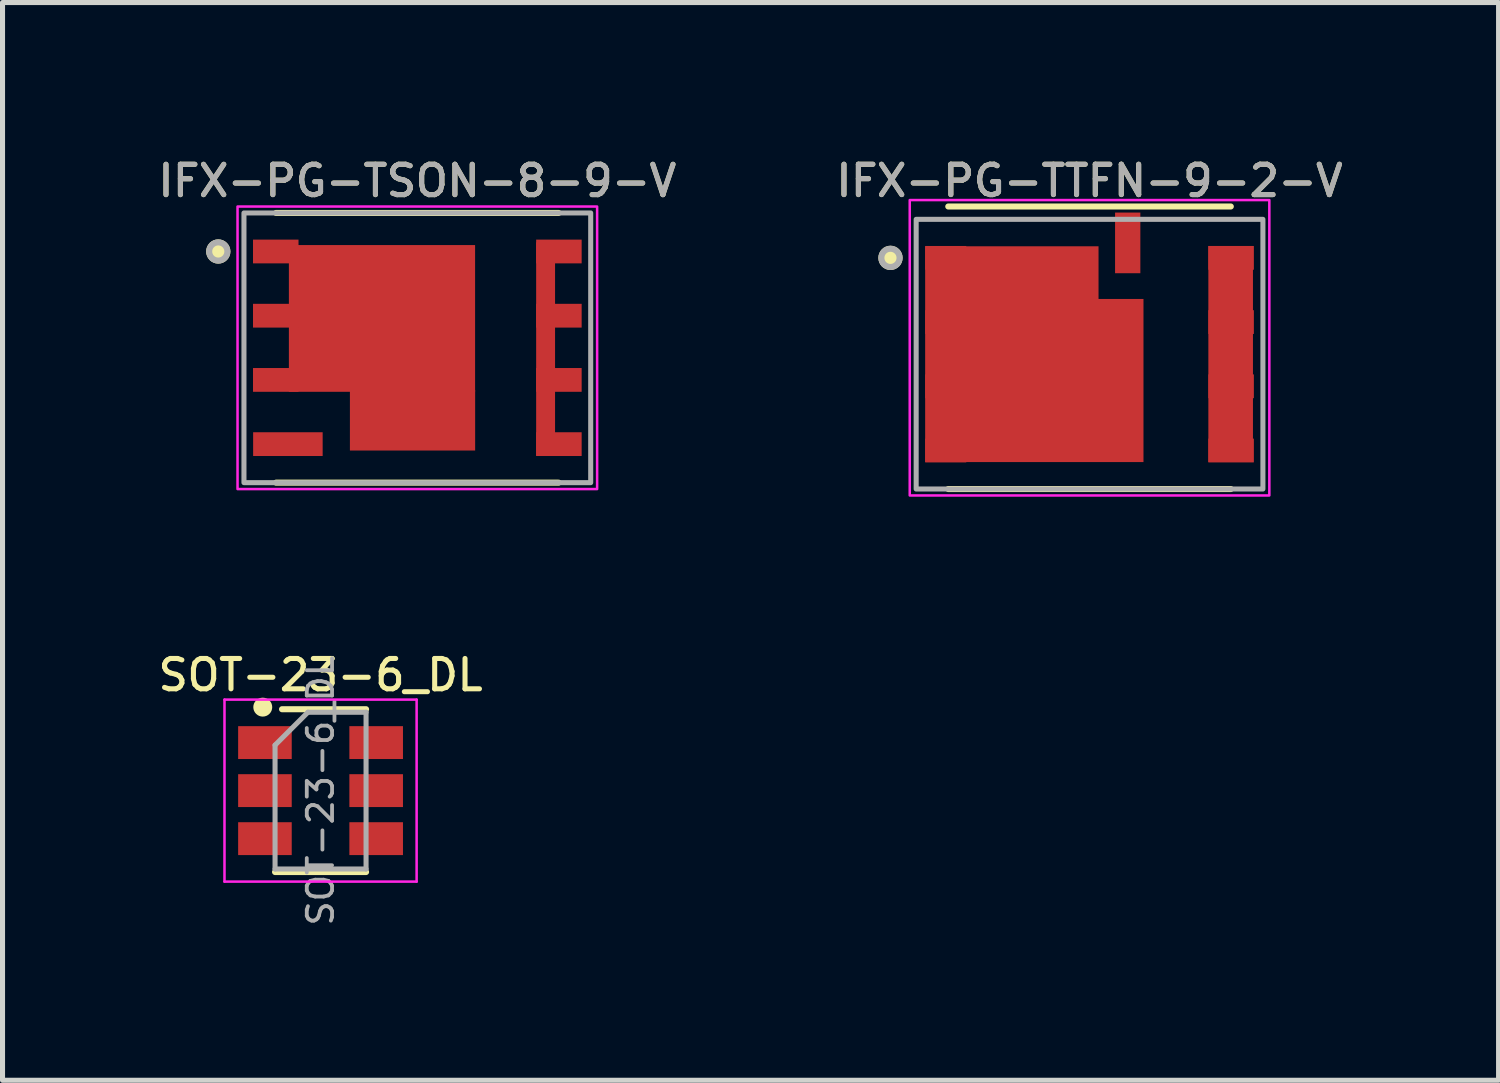
<source format=kicad_pcb>
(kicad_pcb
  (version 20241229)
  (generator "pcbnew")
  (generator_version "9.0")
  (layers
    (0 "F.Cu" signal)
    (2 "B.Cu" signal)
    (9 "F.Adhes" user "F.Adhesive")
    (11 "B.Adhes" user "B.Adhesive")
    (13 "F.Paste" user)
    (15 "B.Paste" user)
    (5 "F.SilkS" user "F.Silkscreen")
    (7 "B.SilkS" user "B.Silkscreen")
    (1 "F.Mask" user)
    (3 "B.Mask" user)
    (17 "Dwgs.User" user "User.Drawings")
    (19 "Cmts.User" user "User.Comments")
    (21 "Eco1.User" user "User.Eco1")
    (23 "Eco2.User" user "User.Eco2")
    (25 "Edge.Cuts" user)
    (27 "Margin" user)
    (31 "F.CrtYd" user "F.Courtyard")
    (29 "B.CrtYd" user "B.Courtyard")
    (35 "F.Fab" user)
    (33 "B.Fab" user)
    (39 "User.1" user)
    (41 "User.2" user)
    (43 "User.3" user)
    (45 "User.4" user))
  (footprint "IFX-PG-TTFN-9-2-V"
    (layer "F.Cu")
    (at 18.499 3.955)
    (property "Reference" "IFX-PG-TTFN-9-2-V" (at 0 -3.429 0) (unlocked yes) (layer "F.SilkS") (effects (font (size 0.6 0.6) (thickness 0.1))))
    (attr smd)
    (fp_rect (start 2.35 -2.14) (end 3.232 2.134) (stroke (width 0) (type solid)) (fill yes) (layer "F.Cu"))
    (fp_poly (pts (xy 1.067 -1.092) (xy 1.067 2.134) (xy -3.251 2.134) (xy -3.251 -2.134) (xy 0.178 -2.134) (xy 0.178 -1.092)) (stroke (width 0) (type solid)) (fill yes) (layer "F.Cu"))
    (fp_rect (start 2.35 -2.14) (end 2.724 2.134) (stroke (width 0) (type solid)) (fill yes) (layer "F.Mask"))
    (fp_poly (pts (xy 1.067 -1.092) (xy 1.067 2.134) (xy -3.251 2.134) (xy -3.251 1.651) (xy -2.438 1.651) (xy -2.438 0.889) (xy -3.251 0.889) (xy -3.251 0.381) (xy -2.438 0.381) (xy -2.438 -0.381) (xy -3.251 -0.381) (xy -3.251 -0.889) (xy -2.438 -0.889) (xy -2.438 -1.651) (xy -3.251 -1.651) (xy -3.251 -2.134) (xy 0.178 -2.134) (xy 0.178 -1.092)) (stroke (width 0) (type solid)) (fill yes) (layer "F.Mask"))
    (fp_line (start -2.794 -2.921) (end 2.794 -2.921) (stroke (width 0.12) (type solid)) (layer "F.SilkS"))
    (fp_line (start -2.794 2.667) (end 2.794 2.667) (stroke (width 0.12) (type solid)) (layer "F.SilkS"))
    (fp_circle (center -3.937 -1.905) (end -3.757 -1.905) (stroke (width 0.12) (type solid)) (fill yes) (layer "F.SilkS"))
    (fp_rect (start -2.235 -1.906) (end -1.316 -0.102) (stroke (width 0) (type solid)) (fill yes) (layer "F.Paste"))
    (fp_rect (start -2.235 0.126) (end -1.316 1.93) (stroke (width 0) (type solid)) (fill yes) (layer "F.Paste"))
    (fp_rect (start -1.122 -1.906) (end -0.203 -0.102) (stroke (width 0) (type solid)) (fill yes) (layer "F.Paste"))
    (fp_rect (start -1.118 0.114) (end -0.198 1.918) (stroke (width 0) (type solid)) (fill yes) (layer "F.Paste"))
    (fp_rect (start -0.005 -0.941) (end 0.914 -0.102) (stroke (width 0) (type solid)) (fill yes) (layer "F.Paste"))
    (fp_rect (start -0.005 0.114) (end 0.914 1.918) (stroke (width 0) (type solid)) (fill yes) (layer "F.Paste"))
    (fp_rect (start 2.388 -1.495) (end 2.688 -1.045) (stroke (width 0) (type solid)) (fill yes) (layer "F.Paste"))
    (fp_rect (start 2.388 -0.225) (end 2.688 0.225) (stroke (width 0) (type solid)) (fill yes) (layer "F.Paste"))
    (fp_rect (start 2.392 1.045) (end 2.692 1.495) (stroke (width 0) (type solid)) (fill yes) (layer "F.Paste"))
    (fp_rect (start -3.556 -3.048) (end 3.556 2.794) (stroke (width 0.05) (type solid)) (fill no) (layer "F.CrtYd"))
    (fp_rect (start -3.429 -2.667) (end 3.429 2.667) (stroke (width 0.1) (type solid)) (fill no) (layer "F.Fab"))
    (fp_circle (center -3.937 -1.905) (end -3.757 -1.905) (stroke (width 0.12) (type solid)) (fill no) (layer "F.Fab"))
    (fp_text user "${REFERENCE}" (at 0 -3.429 0) (unlocked yes) (layer "F.Fab") (effects (font (size 0.6 0.6) (thickness 0.1))))
    (pad "1" smd rect (at -2.844 -1.905 270) (size 0.47 0.811) (layers "F.Cu" "F.Mask" "F.Paste"))
    (pad "2" smd rect (at -2.844 -0.635 270) (size 0.47 0.811) (layers "F.Cu" "F.Mask" "F.Paste"))
    (pad "3" smd rect (at -2.844 0.635 270) (size 0.47 0.811) (layers "F.Cu" "F.Mask" "F.Paste"))
    (pad "4" smd rect (at -2.844 1.905 270) (size 0.47 0.811) (layers "F.Cu" "F.Mask" "F.Paste"))
    (pad "5" smd rect (at 2.8 1.905 270) (size 0.47 0.9) (layers "F.Cu" "F.Mask" "F.Paste"))
    (pad "6" smd rect (at 2.8 0.635 270) (size 0.47 0.9) (layers "F.Cu" "F.Mask" "F.Paste"))
    (pad "7" smd rect (at 2.8 -0.635 270) (size 0.47 0.9) (layers "F.Cu" "F.Mask" "F.Paste"))
    (pad "8" smd rect (at 2.8 -1.905 270) (size 0.47 0.9) (layers "F.Cu" "F.Mask" "F.Paste"))
    (pad "9" smd rect (at 0.755 -2.201) (size 0.5 1.2) (layers "F.Cu" "F.Mask" "F.Paste")))
  (footprint "SOT-23-6_DL"
    (layer "F.Cu")
    (at 3.29 12.587)
    (property "Reference" "SOT-23-6_DL" (at 0 -2.286 0) (layer "F.SilkS") (effects (font (size 0.6 0.6) (thickness 0.1))))
    (attr smd)
    (fp_line (start -0.9 1.61) (end 0.9 1.61) (stroke (width 0.12) (type solid)) (layer "F.SilkS"))
    (fp_line (start 0.9 -1.61) (end -0.762 -1.61) (stroke (width 0.12) (type solid)) (layer "F.SilkS"))
    (fp_circle (center -1.143 -1.651) (end -1.016 -1.651) (stroke (width 0.12) (type solid)) (fill yes) (layer "F.SilkS"))
    (fp_line (start -1.9 -1.8) (end -1.9 1.8) (stroke (width 0.05) (type solid)) (layer "F.CrtYd"))
    (fp_line (start -1.9 1.8) (end 1.9 1.8) (stroke (width 0.05) (type solid)) (layer "F.CrtYd"))
    (fp_line (start 1.9 -1.8) (end -1.9 -1.8) (stroke (width 0.05) (type solid)) (layer "F.CrtYd"))
    (fp_line (start 1.9 1.8) (end 1.9 -1.8) (stroke (width 0.05) (type solid)) (layer "F.CrtYd"))
    (fp_line (start -0.9 -0.9) (end -0.9 1.55) (stroke (width 0.1) (type solid)) (layer "F.Fab"))
    (fp_line (start -0.9 -0.9) (end -0.25 -1.55) (stroke (width 0.1) (type solid)) (layer "F.Fab"))
    (fp_line (start 0.9 -1.55) (end -0.25 -1.55) (stroke (width 0.1) (type solid)) (layer "F.Fab"))
    (fp_line (start 0.9 -1.55) (end 0.9 1.55) (stroke (width 0.1) (type solid)) (layer "F.Fab"))
    (fp_line (start 0.9 1.55) (end -0.9 1.55) (stroke (width 0.1) (type solid)) (layer "F.Fab"))
    (fp_text user "${REFERENCE}" (at 0 0 90) (layer "F.Fab") (effects (font (size 0.5 0.5) (thickness 0.075))))
    (pad "1" smd rect (at -1.1 -0.95) (size 1.06 0.65) (layers "F.Cu" "F.Mask" "F.Paste"))
    (pad "2" smd rect (at -1.1 0) (size 1.06 0.65) (layers "F.Cu" "F.Mask" "F.Paste"))
    (pad "3" smd rect (at -1.1 0.95) (size 1.06 0.65) (layers "F.Cu" "F.Mask" "F.Paste"))
    (pad "4" smd rect (at 1.1 0.95) (size 1.06 0.65) (layers "F.Cu" "F.Mask" "F.Paste"))
    (pad "5" smd rect (at 1.1 0) (size 1.06 0.65) (layers "F.Cu" "F.Mask" "F.Paste"))
    (pad "6" smd rect (at 1.1 -0.95) (size 1.06 0.65) (layers "F.Cu" "F.Mask" "F.Paste")))
  (footprint "IFX-PG-TSON-8-9-V"
    (layer "F.Cu")
    (at 5.204 3.829)
    (property "Reference" "IFX-PG-TSON-8-9-V" (at 0 -3.302 0) (unlocked yes) (layer "F.SilkS") (effects (font (size 0.6 0.6) (thickness 0.1))))
    (attr smd)
    (fp_rect (start 2.35 -2.14) (end 2.724 2.134) (stroke (width 0) (type solid)) (fill yes) (layer "F.Mask"))
    (fp_line (start -2.794 -2.667) (end 2.794 -2.667) (stroke (width 0.12) (type solid)) (layer "F.SilkS"))
    (fp_line (start -2.794 2.667) (end 2.794 2.667) (stroke (width 0.12) (type solid)) (layer "F.SilkS"))
    (fp_circle (center -3.937 -1.905) (end -3.757 -1.905) (stroke (width 0.12) (type solid)) (fill yes) (layer "F.SilkS"))
    (fp_rect (start -2.218 -1.898) (end -1.338 0.762) (stroke (width 0) (type solid)) (fill yes) (layer "F.Paste"))
    (fp_rect (start -1.173 -1.93) (end -0.203 -0.075) (stroke (width 0) (type solid)) (fill yes) (layer "F.Paste"))
    (fp_rect (start -1.173 0.088) (end -0.203 1.944) (stroke (width 0) (type solid)) (fill yes) (layer "F.Paste"))
    (fp_rect (start -0.005 -1.93) (end 0.965 -0.075) (stroke (width 0) (type solid)) (fill yes) (layer "F.Paste"))
    (fp_rect (start 0 0.075) (end 0.97 1.93) (stroke (width 0) (type solid)) (fill yes) (layer "F.Paste"))
    (fp_rect (start 2.388 -1.495) (end 2.688 -1.045) (stroke (width 0) (type solid)) (fill yes) (layer "F.Paste"))
    (fp_rect (start 2.388 -0.225) (end 2.688 0.225) (stroke (width 0) (type solid)) (fill yes) (layer "F.Paste"))
    (fp_rect (start 2.392 1.045) (end 2.692 1.495) (stroke (width 0) (type solid)) (fill yes) (layer "F.Paste"))
    (fp_rect (start -3.556 -2.794) (end 3.556 2.794) (stroke (width 0.05) (type solid)) (fill no) (layer "F.CrtYd"))
    (fp_rect (start -3.429 -2.667) (end 3.429 2.667) (stroke (width 0.1) (type solid)) (fill no) (layer "F.Fab"))
    (fp_circle (center -3.937 -1.905) (end -3.757 -1.905) (stroke (width 0.12) (type solid)) (fill no) (layer "F.Fab"))
    (fp_text user "${REFERENCE}" (at 0 -3.302 0) (unlocked yes) (layer "F.Fab") (effects (font (size 0.6 0.6) (thickness 0.1))))
    (pad "1" smd rect (at -2.8 -1.905 270) (size 0.47 0.9) (layers "F.Cu" "F.Mask" "F.Paste"))
    (pad "1" smd rect (at -0.699 -0.581) (size 3.683 2.902) (layers "F.Cu" "F.Mask"))
    (pad "1" smd rect (at -0.095 1.433) (size 2.477 1.197) (layers "F.Cu" "F.Mask"))
    (pad "2" smd rect (at -2.8 -0.635 270) (size 0.47 0.9) (layers "F.Cu" "F.Mask" "F.Paste"))
    (pad "3" smd rect (at -2.8 0.635 270) (size 0.47 0.9) (layers "F.Cu" "F.Mask" "F.Paste"))
    (pad "4" smd rect (at -2.56 1.905 270) (size 0.47 1.375) (layers "F.Cu" "F.Mask" "F.Paste"))
    (pad "5" smd rect (at 2.8 1.905 270) (size 0.47 0.9) (layers "F.Cu" "F.Mask" "F.Paste"))
    (pad "6" smd rect (at 2.8 0.635 270) (size 0.47 0.9) (layers "F.Cu" "F.Mask" "F.Paste"))
    (pad "7" smd rect (at 2.8 -0.635 270) (size 0.47 0.9) (layers "F.Cu" "F.Mask" "F.Paste"))
    (pad "8" smd rect (at 2.537 0.024) (size 0.374 4.22) (layers "F.Cu" "F.Mask"))
    (pad "8" smd rect (at 2.8 -1.905 270) (size 0.47 0.9) (layers "F.Cu" "F.Mask" "F.Paste"))
    (zone (net_name "") (layers "F.Cu" "F.Mask") (hatch edge 0.508) (connect_pads) (min_thickness 0.254) (filled_areas_thickness no) (keepout (tracks allowed) (vias allowed) (pads allowed) (copperpour allowed) (footprints allowed)) (placement (enabled no)) (fill) (polygon (pts (xy 6.271 5.861) (xy 3.934 5.861) (xy 3.934 4.692) (xy 2.766 4.692) (xy 2.766 2.939) (xy 2.766 1.796) (xy 6.271 1.796)))))
  (gr_rect
    (start -3 -3)
    (end 26.589 18.316)
    (stroke (width 0.1) (type default))
    (fill no)
    (layer "Edge.Cuts")))
</source>
